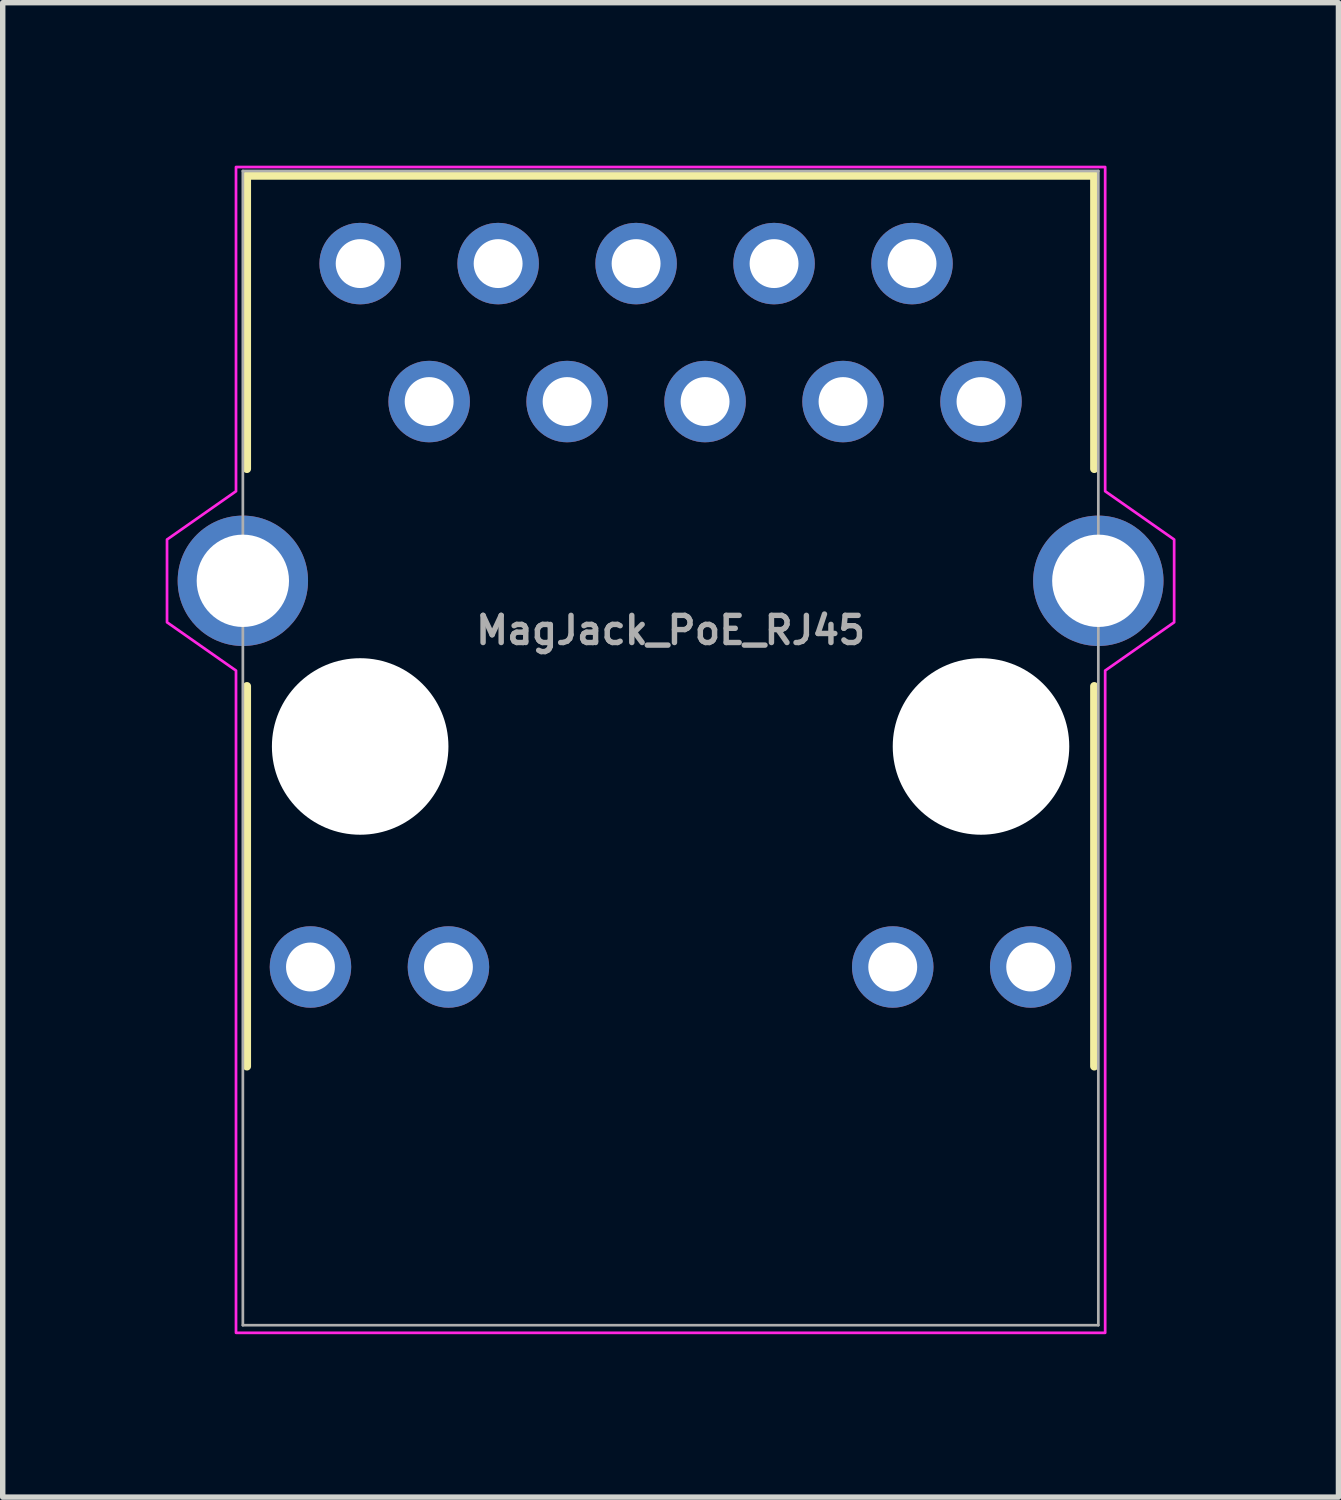
<source format=kicad_pcb>
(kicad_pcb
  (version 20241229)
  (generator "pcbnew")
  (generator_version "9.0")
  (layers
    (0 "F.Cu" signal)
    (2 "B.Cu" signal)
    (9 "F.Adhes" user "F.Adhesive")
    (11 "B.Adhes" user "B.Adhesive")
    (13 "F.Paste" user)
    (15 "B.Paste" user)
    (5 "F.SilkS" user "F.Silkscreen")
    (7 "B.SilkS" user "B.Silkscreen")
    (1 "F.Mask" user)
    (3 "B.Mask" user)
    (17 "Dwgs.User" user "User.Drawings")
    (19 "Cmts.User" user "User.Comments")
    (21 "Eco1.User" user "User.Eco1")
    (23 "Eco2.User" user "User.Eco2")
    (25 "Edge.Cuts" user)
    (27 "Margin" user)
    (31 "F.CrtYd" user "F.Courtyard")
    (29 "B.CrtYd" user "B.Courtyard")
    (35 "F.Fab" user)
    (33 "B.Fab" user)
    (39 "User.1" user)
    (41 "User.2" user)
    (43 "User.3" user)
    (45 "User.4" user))
  (footprint "MagJack_PoE_RJ45"
    (layer "F.Cu")
    (at 9.296 10.693)
    (property "Reference" "MagJack_PoE_RJ45" (at 0 -2.14 0) (layer "F.Fab") (effects (font (size 0.5 0.5) (thickness 0.1) (bold yes))))
    (attr through_hole)
    (fp_line (start -7.8 -10.51) (end 7.8 -10.51) (stroke (width 0.152) (type solid)) (layer "F.SilkS"))
    (fp_line (start -7.8 -5.11) (end -7.8 -10.51) (stroke (width 0.152) (type solid)) (layer "F.SilkS"))
    (fp_line (start -7.8 -1.11) (end -7.8 5.89) (stroke (width 0.152) (type solid)) (layer "F.SilkS"))
    (fp_line (start 7.8 -10.51) (end 7.8 -5.11) (stroke (width 0.152) (type solid)) (layer "F.SilkS"))
    (fp_line (start 7.8 -1.11) (end 7.8 5.89) (stroke (width 0.152) (type solid)) (layer "F.SilkS"))
    (fp_poly (pts (xy -8.001 -10.668) (xy 8.001 -10.668) (xy 8.001 -4.699) (xy 9.271 -3.81) (xy 9.271 -2.286) (xy 8.001 -1.397) (xy 8.001 10.795) (xy -8.001 10.795) (xy -8.001 -1.397) (xy -9.271 -2.286) (xy -9.271 -3.81) (xy -8.001 -4.699)) (stroke (width 0.05) (type solid)) (fill no) (layer "F.CrtYd"))
    (fp_line (start -7.875 -10.595) (end 7.875 -10.595) (stroke (width 0.05) (type solid)) (layer "F.Fab"))
    (fp_line (start -7.875 10.655) (end -7.875 -10.595) (stroke (width 0.05) (type solid)) (layer "F.Fab"))
    (fp_line (start 7.875 -10.595) (end 7.875 10.655) (stroke (width 0.05) (type solid)) (layer "F.Fab"))
    (fp_line (start 7.875 10.655) (end -7.875 10.655) (stroke (width 0.05) (type solid)) (layer "F.Fab"))
    (pad "" np_thru_hole circle (at -5.715 0) (size 3.25 3.25) (drill 3.25) (layers "*.Cu" "*.Mask"))
    (pad "" np_thru_hole circle (at 5.715 0) (size 3.25 3.25) (drill 3.25) (layers "*.Cu" "*.Mask"))
    (pad "1" thru_hole circle (at -5.715 -8.89) (size 1.5 1.5) (drill 0.9) (layers "*.Cu" "*.Mask"))
    (pad "2" thru_hole circle (at -4.445 -6.35) (size 1.5 1.5) (drill 0.9) (layers "*.Cu" "*.Mask"))
    (pad "3" thru_hole circle (at -3.175 -8.89) (size 1.5 1.5) (drill 0.9) (layers "*.Cu" "*.Mask"))
    (pad "4" thru_hole circle (at -1.905 -6.35) (size 1.5 1.5) (drill 0.9) (layers "*.Cu" "*.Mask"))
    (pad "5" thru_hole circle (at -0.635 -8.89) (size 1.5 1.5) (drill 0.9) (layers "*.Cu" "*.Mask"))
    (pad "6" thru_hole circle (at 0.635 -6.35) (size 1.5 1.5) (drill 0.9) (layers "*.Cu" "*.Mask"))
    (pad "7" thru_hole circle (at 1.905 -8.89) (size 1.5 1.5) (drill 0.9) (layers "*.Cu" "*.Mask"))
    (pad "8" thru_hole circle (at 3.175 -6.35) (size 1.5 1.5) (drill 0.9) (layers "*.Cu" "*.Mask"))
    (pad "9" thru_hole circle (at 4.445 -8.89) (size 1.5 1.5) (drill 0.9) (layers "*.Cu" "*.Mask"))
    (pad "10" thru_hole circle (at 5.715 -6.35) (size 1.5 1.5) (drill 0.9) (layers "*.Cu" "*.Mask"))
    (pad "11" thru_hole circle (at -6.63 4.06) (size 1.5 1.5) (drill 0.9) (layers "*.Cu" "*.Mask"))
    (pad "12" thru_hole circle (at -4.09 4.06) (size 1.5 1.5) (drill 0.9) (layers "*.Cu" "*.Mask"))
    (pad "13" thru_hole circle (at 4.09 4.06) (size 1.5 1.5) (drill 0.9) (layers "*.Cu" "*.Mask"))
    (pad "14" thru_hole circle (at 6.63 4.06) (size 1.5 1.5) (drill 0.9) (layers "*.Cu" "*.Mask"))
    (pad "S1" thru_hole circle (at -7.875 -3.05) (size 2.4 2.4) (drill 1.7) (layers "*.Cu" "*.Mask"))
    (pad "S2" thru_hole circle (at 7.875 -3.05) (size 2.4 2.4) (drill 1.7) (layers "*.Cu" "*.Mask")))
  (gr_rect
    (start -3 -3)
    (end 21.592 24.513)
    (stroke (width 0.1) (type default))
    (fill no)
    (layer "Edge.Cuts")))
</source>
